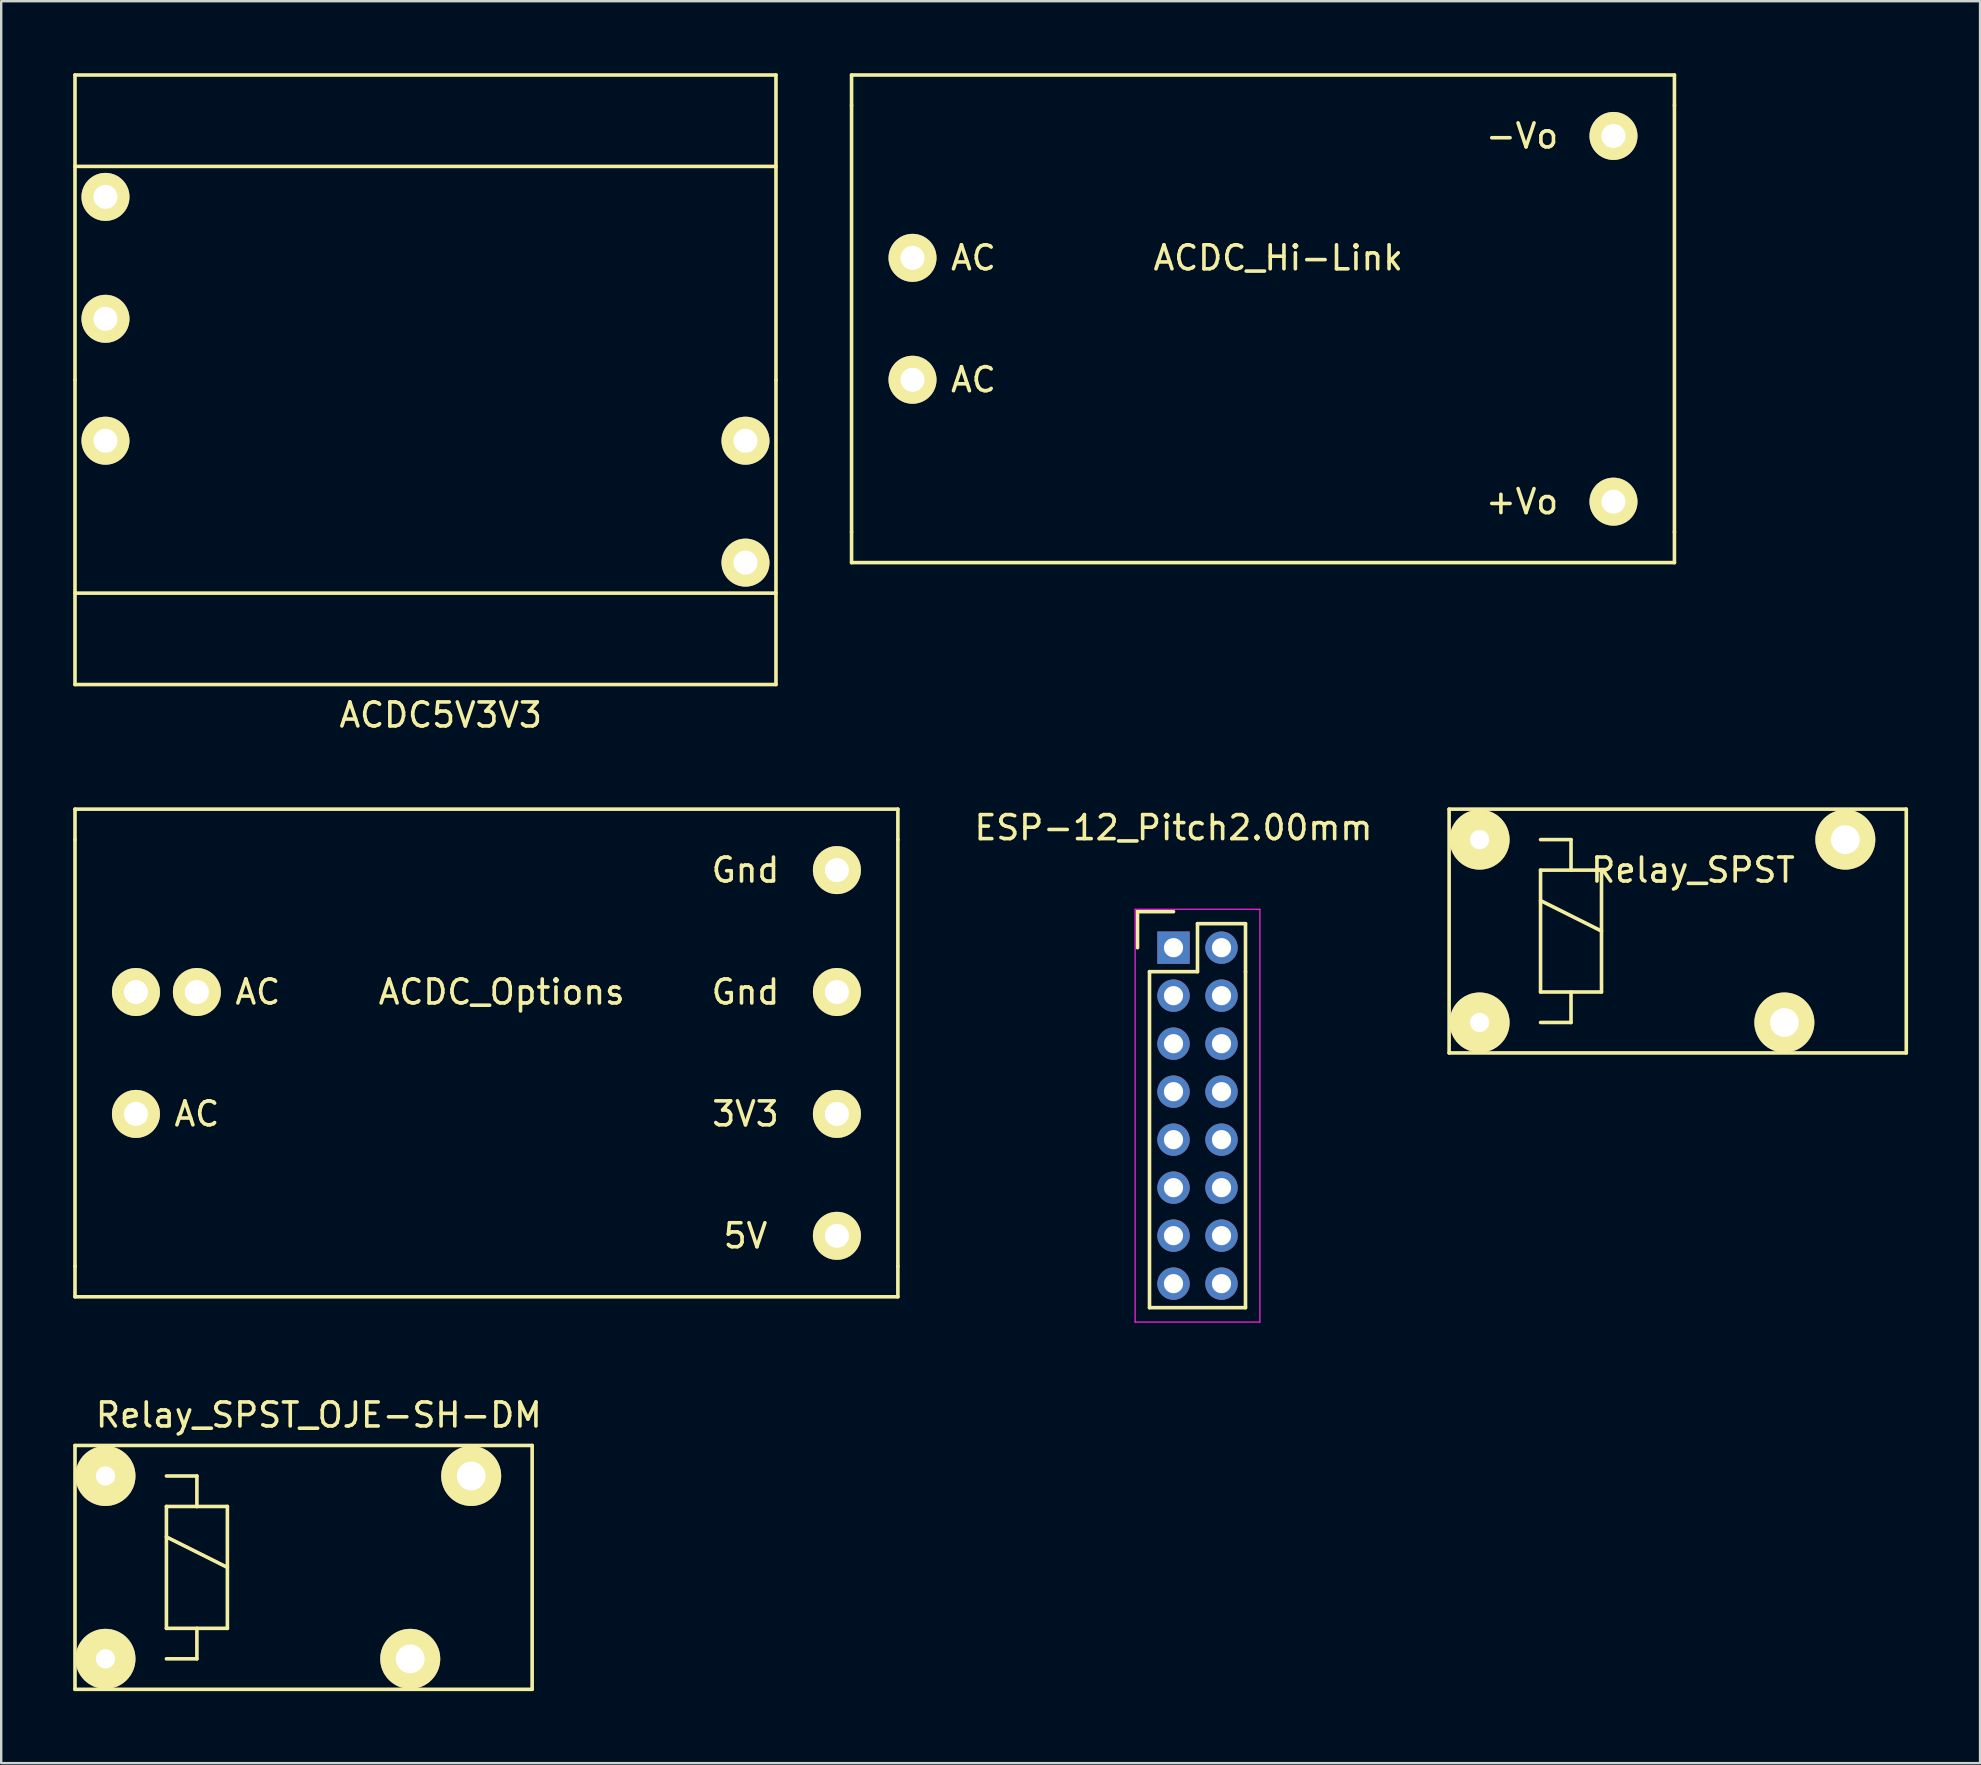
<source format=kicad_pcb>
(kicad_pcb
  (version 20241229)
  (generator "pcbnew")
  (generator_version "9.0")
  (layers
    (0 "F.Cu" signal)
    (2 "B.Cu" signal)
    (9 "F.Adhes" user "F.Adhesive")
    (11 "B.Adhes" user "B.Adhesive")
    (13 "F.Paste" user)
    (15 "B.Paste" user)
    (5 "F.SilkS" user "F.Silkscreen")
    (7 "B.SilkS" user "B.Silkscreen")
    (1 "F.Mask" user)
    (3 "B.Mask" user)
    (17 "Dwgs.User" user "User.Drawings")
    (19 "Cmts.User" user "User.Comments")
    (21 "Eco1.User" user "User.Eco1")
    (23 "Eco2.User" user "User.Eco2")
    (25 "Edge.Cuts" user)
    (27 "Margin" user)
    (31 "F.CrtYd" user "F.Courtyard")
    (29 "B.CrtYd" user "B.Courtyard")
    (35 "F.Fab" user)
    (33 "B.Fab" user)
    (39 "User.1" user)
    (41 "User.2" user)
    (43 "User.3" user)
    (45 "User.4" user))
  (footprint "Relay_SPST_OJE-SH-DM"
    (layer "F.Cu")
    (at 1.345 66.075)
    (property "Reference" "Relay_SPST_OJE-SH-DM" (at 8.89 -10.16 0) (layer "F.SilkS") (effects (font (size 1 1) (thickness 0.15))))
    (attr through_hole)
    (fp_line (start -1.27 -8.89) (end 17.78 -8.89) (stroke (width 0.15) (type solid)) (layer "F.SilkS"))
    (fp_line (start -1.27 1.27) (end -1.27 -8.89) (stroke (width 0.15) (type solid)) (layer "F.SilkS"))
    (fp_line (start 2.54 -7.62) (end 3.81 -7.62) (stroke (width 0.15) (type solid)) (layer "F.SilkS"))
    (fp_line (start 2.54 -6.35) (end 3.81 -6.35) (stroke (width 0.15) (type solid)) (layer "F.SilkS"))
    (fp_line (start 2.54 -5.08) (end 5.08 -3.81) (stroke (width 0.15) (type solid)) (layer "F.SilkS"))
    (fp_line (start 2.54 -1.27) (end 2.54 -6.35) (stroke (width 0.15) (type solid)) (layer "F.SilkS"))
    (fp_line (start 3.81 -7.62) (end 3.81 -6.35) (stroke (width 0.15) (type solid)) (layer "F.SilkS"))
    (fp_line (start 3.81 -6.35) (end 5.08 -6.35) (stroke (width 0.15) (type solid)) (layer "F.SilkS"))
    (fp_line (start 3.81 -1.27) (end 3.81 0) (stroke (width 0.15) (type solid)) (layer "F.SilkS"))
    (fp_line (start 3.81 0) (end 2.54 0) (stroke (width 0.15) (type solid)) (layer "F.SilkS"))
    (fp_line (start 5.08 -6.35) (end 5.08 -1.27) (stroke (width 0.15) (type solid)) (layer "F.SilkS"))
    (fp_line (start 5.08 -1.27) (end 2.54 -1.27) (stroke (width 0.15) (type solid)) (layer "F.SilkS"))
    (fp_line (start 17.78 -8.89) (end 17.78 1.27) (stroke (width 0.15) (type solid)) (layer "F.SilkS"))
    (fp_line (start 17.78 1.27) (end -1.27 1.27) (stroke (width 0.15) (type solid)) (layer "F.SilkS"))
    (pad "5" thru_hole circle (at 12.7 0) (size 2.5 2.5) (drill 1.199) (layers "*.Cu" "*.Mask" "F.SilkS"))
    (pad "7" thru_hole circle (at 15.24 -7.62) (size 2.5 2.5) (drill 1.199) (layers "*.Cu" "*.Mask" "F.SilkS"))
    (pad "A1" thru_hole circle (at 0 -7.62) (size 2.5 2.5) (drill 0.8) (layers "*.Cu" "*.Mask" "F.SilkS"))
    (pad "A2" thru_hole circle (at 0 0) (size 2.5 2.5) (drill 0.8) (layers "*.Cu" "*.Mask" "F.SilkS")))
  (footprint "ACDC_Hi-Link"
    (layer "F.Cu")
    (at 34.975 12.775)
    (property "Reference" "ACDC_Hi-Link" (at 15.24 -5.08 0) (layer "F.SilkS") (effects (font (size 1 1) (thickness 0.15))))
    (attr through_hole)
    (fp_line (start -2.54 -12.7) (end -2.54 -11.43) (stroke (width 0.15) (type solid)) (layer "F.SilkS"))
    (fp_line (start -2.54 6.35) (end -2.54 -11.43) (stroke (width 0.15) (type solid)) (layer "F.SilkS"))
    (fp_line (start -2.54 7.62) (end -2.54 6.35) (stroke (width 0.15) (type solid)) (layer "F.SilkS"))
    (fp_line (start 31.75 -12.7) (end -2.54 -12.7) (stroke (width 0.15) (type solid)) (layer "F.SilkS"))
    (fp_line (start 31.75 -11.43) (end 31.75 -12.7) (stroke (width 0.15) (type solid)) (layer "F.SilkS"))
    (fp_line (start 31.75 -11.43) (end 31.75 6.35) (stroke (width 0.15) (type solid)) (layer "F.SilkS"))
    (fp_line (start 31.75 6.35) (end 31.75 7.62) (stroke (width 0.15) (type solid)) (layer "F.SilkS"))
    (fp_line (start 31.75 7.62) (end -2.54 7.62) (stroke (width 0.15) (type solid)) (layer "F.SilkS"))
    (fp_text user "-Vo" (at 25.4 -10.16 0) (layer "F.SilkS") (effects (font (size 1 1) (thickness 0.15))))
    (fp_text user "+Vo" (at 25.4 5.08 0) (layer "F.SilkS") (effects (font (size 1 1) (thickness 0.15))))
    (fp_text user "AC" (at 2.54 -5.08 0) (layer "F.SilkS") (effects (font (size 1 1) (thickness 0.15))))
    (fp_text user "AC" (at 2.54 0 0) (layer "F.SilkS") (effects (font (size 1 1) (thickness 0.15))))
    (pad "1" thru_hole circle (at 0 0) (size 2 2) (drill 1) (layers "*.Cu" "*.Mask" "F.SilkS"))
    (pad "2" thru_hole circle (at 0 -5.08) (size 2 2) (drill 1) (layers "*.Cu" "*.Mask" "F.SilkS"))
    (pad "3" thru_hole circle (at 29.21 5.08) (size 2 2) (drill 1) (layers "*.Cu" "*.Mask" "F.SilkS"))
    (pad "5" thru_hole circle (at 29.21 -10.16) (size 2 2) (drill 1) (layers "*.Cu" "*.Mask" "F.SilkS")))
  (footprint "ESP-12_Pitch2.00mm"
    (layer "F.Cu")
    (at 45.851 36.441)
    (property "Reference" "ESP-12_Pitch2.00mm" (at 0 -5 0) (layer "F.SilkS") (effects (font (size 1 1) (thickness 0.15))))
    (attr through_hole)
    (fp_line (start -1.5 -1.5) (end 0 -1.5) (stroke (width 0.15) (type solid)) (layer "F.SilkS"))
    (fp_line (start -1.5 0) (end -1.5 -1.5) (stroke (width 0.15) (type solid)) (layer "F.SilkS"))
    (fp_line (start -1 1) (end 1 1) (stroke (width 0.15) (type solid)) (layer "F.SilkS"))
    (fp_line (start -1 15) (end -1 1) (stroke (width 0.15) (type solid)) (layer "F.SilkS"))
    (fp_line (start 1 -1) (end 3 -1) (stroke (width 0.15) (type solid)) (layer "F.SilkS"))
    (fp_line (start 1 1) (end 1 -1) (stroke (width 0.15) (type solid)) (layer "F.SilkS"))
    (fp_line (start 3 -1) (end 3 1) (stroke (width 0.15) (type solid)) (layer "F.SilkS"))
    (fp_line (start 3 1) (end 3 15) (stroke (width 0.15) (type solid)) (layer "F.SilkS"))
    (fp_line (start 3 15) (end -1 15) (stroke (width 0.15) (type solid)) (layer "F.SilkS"))
    (fp_line (start -1.6 -1.6) (end 3.6 -1.6) (stroke (width 0.05) (type solid)) (layer "F.CrtYd"))
    (fp_line (start -1.6 15.6) (end -1.6 -1.6) (stroke (width 0.05) (type solid)) (layer "F.CrtYd"))
    (fp_line (start 3.6 -1.6) (end 3.6 15.6) (stroke (width 0.05) (type solid)) (layer "F.CrtYd"))
    (fp_line (start 3.6 15.6) (end -1.6 15.6) (stroke (width 0.05) (type solid)) (layer "F.CrtYd"))
    (pad "1" thru_hole rect (at 0 0) (size 1.35 1.35) (drill 0.8) (layers "*.Cu" "*.Mask"))
    (pad "2" thru_hole circle (at 0 2) (size 1.35 1.35) (drill 0.8) (layers "*.Cu" "*.Mask"))
    (pad "3" thru_hole circle (at 0 4) (size 1.35 1.35) (drill 0.8) (layers "*.Cu" "*.Mask"))
    (pad "4" thru_hole circle (at 0 6) (size 1.35 1.35) (drill 0.8) (layers "*.Cu" "*.Mask"))
    (pad "5" thru_hole circle (at 0 8) (size 1.35 1.35) (drill 0.8) (layers "*.Cu" "*.Mask"))
    (pad "6" thru_hole circle (at 0 10) (size 1.35 1.35) (drill 0.8) (layers "*.Cu" "*.Mask"))
    (pad "7" thru_hole circle (at 0 12) (size 1.35 1.35) (drill 0.8) (layers "*.Cu" "*.Mask"))
    (pad "8" thru_hole circle (at 0 14) (size 1.35 1.35) (drill 0.8) (layers "*.Cu" "*.Mask"))
    (pad "15" thru_hole circle (at 2 14) (size 1.35 1.35) (drill 0.8) (layers "*.Cu" "*.Mask"))
    (pad "16" thru_hole circle (at 2 12) (size 1.35 1.35) (drill 0.8) (layers "*.Cu" "*.Mask"))
    (pad "17" thru_hole circle (at 2 10) (size 1.35 1.35) (drill 0.8) (layers "*.Cu" "*.Mask"))
    (pad "18" thru_hole circle (at 2 8) (size 1.35 1.35) (drill 0.8) (layers "*.Cu" "*.Mask"))
    (pad "19" thru_hole circle (at 2 6) (size 1.35 1.35) (drill 0.8) (layers "*.Cu" "*.Mask"))
    (pad "20" thru_hole circle (at 2 4) (size 1.35 1.35) (drill 0.8) (layers "*.Cu" "*.Mask"))
    (pad "21" thru_hole circle (at 2 2) (size 1.35 1.35) (drill 0.8) (layers "*.Cu" "*.Mask"))
    (pad "22" thru_hole circle (at 2 0) (size 1.35 1.35) (drill 0.8) (layers "*.Cu" "*.Mask")))
  (footprint "Relay_SPST"
    (layer "F.Cu")
    (at 58.606 39.558)
    (property "Reference" "Relay_SPST" (at 8.89 -6.35 0) (layer "F.SilkS") (effects (font (size 1 1) (thickness 0.15))))
    (attr through_hole)
    (fp_line (start -1.27 -8.89) (end 17.78 -8.89) (stroke (width 0.15) (type solid)) (layer "F.SilkS"))
    (fp_line (start -1.27 1.27) (end -1.27 -8.89) (stroke (width 0.15) (type solid)) (layer "F.SilkS"))
    (fp_line (start 2.54 -7.62) (end 3.81 -7.62) (stroke (width 0.15) (type solid)) (layer "F.SilkS"))
    (fp_line (start 2.54 -6.35) (end 3.81 -6.35) (stroke (width 0.15) (type solid)) (layer "F.SilkS"))
    (fp_line (start 2.54 -5.08) (end 5.08 -3.81) (stroke (width 0.15) (type solid)) (layer "F.SilkS"))
    (fp_line (start 2.54 -1.27) (end 2.54 -6.35) (stroke (width 0.15) (type solid)) (layer "F.SilkS"))
    (fp_line (start 3.81 -7.62) (end 3.81 -6.35) (stroke (width 0.15) (type solid)) (layer "F.SilkS"))
    (fp_line (start 3.81 -6.35) (end 5.08 -6.35) (stroke (width 0.15) (type solid)) (layer "F.SilkS"))
    (fp_line (start 3.81 -1.27) (end 3.81 0) (stroke (width 0.15) (type solid)) (layer "F.SilkS"))
    (fp_line (start 3.81 0) (end 2.54 0) (stroke (width 0.15) (type solid)) (layer "F.SilkS"))
    (fp_line (start 5.08 -6.35) (end 5.08 -1.27) (stroke (width 0.15) (type solid)) (layer "F.SilkS"))
    (fp_line (start 5.08 -1.27) (end 2.54 -1.27) (stroke (width 0.15) (type solid)) (layer "F.SilkS"))
    (fp_line (start 17.78 -8.89) (end 17.78 1.27) (stroke (width 0.15) (type solid)) (layer "F.SilkS"))
    (fp_line (start 17.78 1.27) (end -1.27 1.27) (stroke (width 0.15) (type solid)) (layer "F.SilkS"))
    (pad "5" thru_hole circle (at 12.7 0) (size 2.5 2.5) (drill 1.199) (layers "*.Cu" "*.Mask" "F.SilkS"))
    (pad "7" thru_hole circle (at 15.24 -7.62) (size 2.5 2.5) (drill 1.199) (layers "*.Cu" "*.Mask" "F.SilkS"))
    (pad "A1" thru_hole circle (at 0 -7.62) (size 2.5 2.5) (drill 0.8) (layers "*.Cu" "*.Mask" "F.SilkS"))
    (pad "A2" thru_hole circle (at 0 0) (size 2.5 2.5) (drill 0.8) (layers "*.Cu" "*.Mask" "F.SilkS")))
  (footprint "ACDC5V3V3"
    (layer "F.Cu")
    (at 15.315 12.775)
    (property "Reference" "ACDC5V3V3" (at 0 13.97 0) (layer "F.SilkS") (effects (font (size 1 1) (thickness 0.15))))
    (attr through_hole)
    (fp_line (start -15.24 -12.7) (end 13.97 -12.7) (stroke (width 0.15) (type solid)) (layer "F.SilkS"))
    (fp_line (start -15.24 -8.89) (end 13.97 -8.89) (stroke (width 0.15) (type solid)) (layer "F.SilkS"))
    (fp_line (start -15.24 0) (end -15.24 -12.7) (stroke (width 0.15) (type solid)) (layer "F.SilkS"))
    (fp_line (start -15.24 8.89) (end 13.97 8.89) (stroke (width 0.15) (type solid)) (layer "F.SilkS"))
    (fp_line (start -15.24 12.7) (end -15.24 0) (stroke (width 0.15) (type solid)) (layer "F.SilkS"))
    (fp_line (start 13.97 -12.7) (end 13.97 0) (stroke (width 0.15) (type solid)) (layer "F.SilkS"))
    (fp_line (start 13.97 0) (end 13.97 12.7) (stroke (width 0.15) (type solid)) (layer "F.SilkS"))
    (fp_line (start 13.97 12.7) (end -15.24 12.7) (stroke (width 0.15) (type solid)) (layer "F.SilkS"))
    (pad "1" thru_hole circle (at 12.7 2.54) (size 2 2) (drill 1) (layers "*.Cu" "*.Mask" "F.SilkS"))
    (pad "2" thru_hole circle (at 12.7 7.62) (size 2 2) (drill 1) (layers "*.Cu" "*.Mask" "F.SilkS"))
    (pad "3" thru_hole circle (at -13.97 -7.62) (size 2 2) (drill 1) (layers "*.Cu" "*.Mask" "F.SilkS"))
    (pad "4" thru_hole circle (at -13.97 -2.54) (size 2 2) (drill 1) (layers "*.Cu" "*.Mask" "F.SilkS"))
    (pad "5" thru_hole circle (at -13.97 2.54) (size 2 2) (drill 1) (layers "*.Cu" "*.Mask" "F.SilkS")))
  (footprint "ACDC_Options"
    (layer "F.Cu")
    (at 2.615 43.368)
    (property "Reference" "ACDC_Options" (at 15.24 -5.08 0) (layer "F.SilkS") (effects (font (size 1 1) (thickness 0.15))))
    (attr through_hole)
    (fp_line (start -2.54 -12.7) (end -2.54 -11.43) (stroke (width 0.15) (type solid)) (layer "F.SilkS"))
    (fp_line (start -2.54 6.35) (end -2.54 -11.43) (stroke (width 0.15) (type solid)) (layer "F.SilkS"))
    (fp_line (start -2.54 7.62) (end -2.54 6.35) (stroke (width 0.15) (type solid)) (layer "F.SilkS"))
    (fp_line (start 31.75 -12.7) (end -2.54 -12.7) (stroke (width 0.15) (type solid)) (layer "F.SilkS"))
    (fp_line (start 31.75 -11.43) (end 31.75 -12.7) (stroke (width 0.15) (type solid)) (layer "F.SilkS"))
    (fp_line (start 31.75 -11.43) (end 31.75 6.35) (stroke (width 0.15) (type solid)) (layer "F.SilkS"))
    (fp_line (start 31.75 6.35) (end 31.75 7.62) (stroke (width 0.15) (type solid)) (layer "F.SilkS"))
    (fp_line (start 31.75 7.62) (end -2.54 7.62) (stroke (width 0.15) (type solid)) (layer "F.SilkS"))
    (fp_text user "Gnd" (at 25.4 -5.08 0) (layer "F.SilkS") (effects (font (size 1 1) (thickness 0.15))))
    (fp_text user "AC" (at 5.08 -5.08 0) (layer "F.SilkS") (effects (font (size 1 1) (thickness 0.15))))
    (fp_text user "5V" (at 25.4 5.08 0) (layer "F.SilkS") (effects (font (size 1 1) (thickness 0.15))))
    (fp_text user "AC" (at 2.54 0 0) (layer "F.SilkS") (effects (font (size 1 1) (thickness 0.15))))
    (fp_text user "3V3" (at 25.4 0 0) (layer "F.SilkS") (effects (font (size 1 1) (thickness 0.15))))
    (fp_text user "Gnd" (at 25.4 -10.16 0) (layer "F.SilkS") (effects (font (size 1 1) (thickness 0.15))))
    (pad "1" thru_hole circle (at 0 0) (size 2 2) (drill 1) (layers "*.Cu" "*.Mask" "F.SilkS"))
    (pad "2" thru_hole circle (at 0 -5.08) (size 2 2) (drill 1) (layers "*.Cu" "*.Mask" "F.SilkS"))
    (pad "3" thru_hole circle (at 29.21 5.08) (size 2 2) (drill 1) (layers "*.Cu" "*.Mask" "F.SilkS"))
    (pad "4" thru_hole circle (at 29.21 0) (size 2 2) (drill 1) (layers "*.Cu" "*.Mask" "F.SilkS"))
    (pad "5" thru_hole circle (at 29.21 -10.16) (size 2 2) (drill 1) (layers "*.Cu" "*.Mask" "F.SilkS"))
    (pad "6" thru_hole circle (at 29.21 -5.08) (size 2 2) (drill 1) (layers "*.Cu" "*.Mask" "F.SilkS"))
    (pad "7" thru_hole circle (at 2.54 -5.08) (size 2 2) (drill 1) (layers "*.Cu" "*.Mask" "F.SilkS")))
  (gr_rect
    (start -3 -3)
    (end 79.461 70.42)
    (stroke (width 0.1) (type default))
    (fill no)
    (layer "Edge.Cuts")))
</source>
